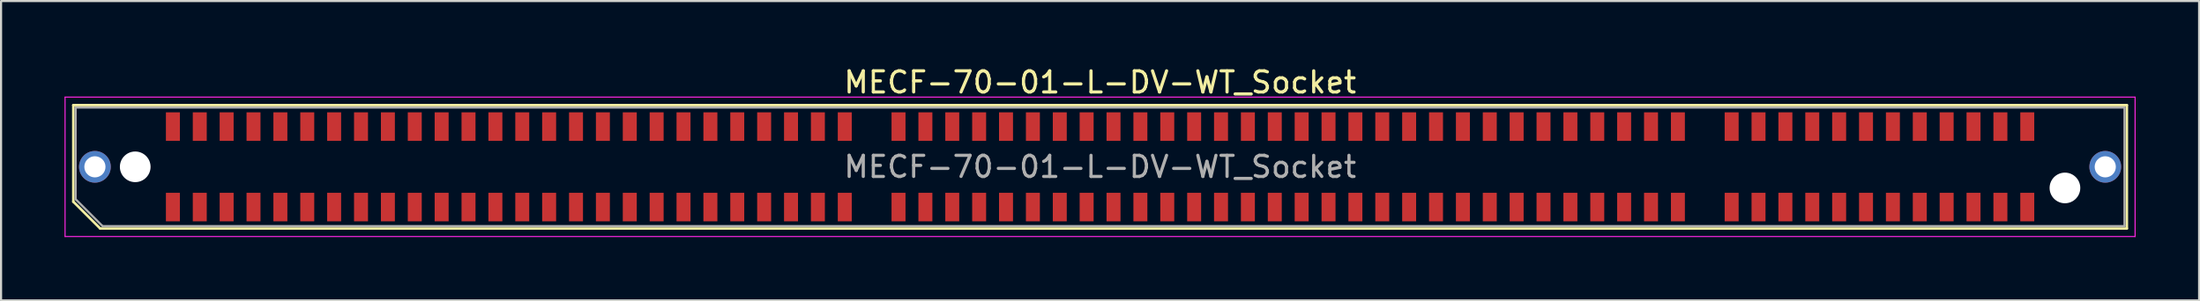
<source format=kicad_pcb>
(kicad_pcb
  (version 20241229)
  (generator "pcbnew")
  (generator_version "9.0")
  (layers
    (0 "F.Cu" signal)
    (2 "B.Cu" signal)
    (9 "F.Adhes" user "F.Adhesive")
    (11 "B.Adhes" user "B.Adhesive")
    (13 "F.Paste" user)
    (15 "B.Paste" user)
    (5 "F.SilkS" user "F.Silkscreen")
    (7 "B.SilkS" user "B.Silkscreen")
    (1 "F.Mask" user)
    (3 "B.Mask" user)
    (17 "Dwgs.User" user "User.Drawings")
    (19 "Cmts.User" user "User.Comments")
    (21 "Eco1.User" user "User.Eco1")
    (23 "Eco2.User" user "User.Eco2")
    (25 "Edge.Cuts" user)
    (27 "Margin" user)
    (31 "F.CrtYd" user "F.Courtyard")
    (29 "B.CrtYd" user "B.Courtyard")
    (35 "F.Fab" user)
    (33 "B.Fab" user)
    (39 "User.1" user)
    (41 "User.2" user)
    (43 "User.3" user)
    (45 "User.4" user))
  (footprint "MECF-70-01-L-DV-WT_Socket"
    (layer "F.Cu")
    (at 48.935 4.848)
    (property "Reference" "MECF-70-01-L-DV-WT_Socket" (at 0 -4 0) (layer "F.SilkS") (effects (font (size 1 1) (thickness 0.15))))
    (attr smd)
    (fp_line (start -48.52 -2.92) (end 48.52 -2.92) (stroke (width 0.12) (type solid)) (layer "F.SilkS"))
    (fp_line (start -48.52 1.65) (end -48.52 -2.92) (stroke (width 0.12) (type solid)) (layer "F.SilkS"))
    (fp_line (start -47.25 2.92) (end -48.52 1.65) (stroke (width 0.12) (type solid)) (layer "F.SilkS"))
    (fp_line (start -47.25 2.92) (end 48.52 2.92) (stroke (width 0.12) (type solid)) (layer "F.SilkS"))
    (fp_line (start 48.52 2.92) (end 48.52 -2.92) (stroke (width 0.12) (type solid)) (layer "F.SilkS"))
    (fp_line (start -48.91 -3.3) (end -48.91 3.3) (stroke (width 0.05) (type solid)) (layer "F.CrtYd"))
    (fp_line (start -48.91 3.3) (end 48.91 3.3) (stroke (width 0.05) (type solid)) (layer "F.CrtYd"))
    (fp_line (start 48.91 -3.3) (end -48.91 -3.3) (stroke (width 0.05) (type solid)) (layer "F.CrtYd"))
    (fp_line (start 48.91 3.3) (end 48.91 -3.3) (stroke (width 0.05) (type solid)) (layer "F.CrtYd"))
    (fp_line (start -48.41 -2.805) (end 48.41 -2.805) (stroke (width 0.1) (type solid)) (layer "F.Fab"))
    (fp_line (start -48.41 1.535) (end -48.41 -2.805) (stroke (width 0.1) (type solid)) (layer "F.Fab"))
    (fp_line (start -48.41 1.535) (end -47.14 2.805) (stroke (width 0.1) (type solid)) (layer "F.Fab"))
    (fp_line (start -47.14 2.805) (end 48.41 2.805) (stroke (width 0.1) (type solid)) (layer "F.Fab"))
    (fp_line (start 48.41 2.805) (end 48.41 -2.805) (stroke (width 0.1) (type solid)) (layer "F.Fab"))
    (fp_text user "${REFERENCE}" (at 0 0 0) (layer "F.Fab") (effects (font (size 1 1) (thickness 0.15))))
    (pad "" thru_hole circle (at -47.5 0) (size 1.5 1.5) (drill 1) (layers "*.Cu" "*.Mask"))
    (pad "" np_thru_hole circle (at -45.595 0) (size 1.45 1.45) (drill 1.45) (layers "*.Cu" "*.Mask"))
    (pad "" np_thru_hole circle (at 45.595 1) (size 1.45 1.45) (drill 1.45) (layers "*.Cu" "*.Mask"))
    (pad "" thru_hole circle (at 47.5 0) (size 1.5 1.5) (drill 1) (layers "*.Cu" "*.Mask"))
    (pad "1" smd rect (at -43.815 1.905) (size 0.66 1.35) (layers "F.Cu" "F.Mask" "F.Paste"))
    (pad "2" smd rect (at -43.815 -1.905) (size 0.66 1.35) (layers "F.Cu" "F.Mask" "F.Paste"))
    (pad "3" smd rect (at -42.545 1.905) (size 0.66 1.35) (layers "F.Cu" "F.Mask" "F.Paste"))
    (pad "4" smd rect (at -42.545 -1.905) (size 0.66 1.35) (layers "F.Cu" "F.Mask" "F.Paste"))
    (pad "5" smd rect (at -41.275 1.905) (size 0.66 1.35) (layers "F.Cu" "F.Mask" "F.Paste"))
    (pad "6" smd rect (at -41.275 -1.905) (size 0.66 1.35) (layers "F.Cu" "F.Mask" "F.Paste"))
    (pad "7" smd rect (at -40.005 1.905) (size 0.66 1.35) (layers "F.Cu" "F.Mask" "F.Paste"))
    (pad "8" smd rect (at -40.005 -1.905) (size 0.66 1.35) (layers "F.Cu" "F.Mask" "F.Paste"))
    (pad "9" smd rect (at -38.735 1.905) (size 0.66 1.35) (layers "F.Cu" "F.Mask" "F.Paste"))
    (pad "10" smd rect (at -38.735 -1.905) (size 0.66 1.35) (layers "F.Cu" "F.Mask" "F.Paste"))
    (pad "11" smd rect (at -37.465 1.905) (size 0.66 1.35) (layers "F.Cu" "F.Mask" "F.Paste"))
    (pad "12" smd rect (at -37.465 -1.905) (size 0.66 1.35) (layers "F.Cu" "F.Mask" "F.Paste"))
    (pad "13" smd rect (at -36.195 1.905) (size 0.66 1.35) (layers "F.Cu" "F.Mask" "F.Paste"))
    (pad "14" smd rect (at -36.195 -1.905) (size 0.66 1.35) (layers "F.Cu" "F.Mask" "F.Paste"))
    (pad "15" smd rect (at -34.925 1.905) (size 0.66 1.35) (layers "F.Cu" "F.Mask" "F.Paste"))
    (pad "16" smd rect (at -34.925 -1.905) (size 0.66 1.35) (layers "F.Cu" "F.Mask" "F.Paste"))
    (pad "17" smd rect (at -33.655 1.905) (size 0.66 1.35) (layers "F.Cu" "F.Mask" "F.Paste"))
    (pad "18" smd rect (at -33.655 -1.905) (size 0.66 1.35) (layers "F.Cu" "F.Mask" "F.Paste"))
    (pad "19" smd rect (at -32.385 1.905) (size 0.66 1.35) (layers "F.Cu" "F.Mask" "F.Paste"))
    (pad "20" smd rect (at -32.385 -1.905) (size 0.66 1.35) (layers "F.Cu" "F.Mask" "F.Paste"))
    (pad "21" smd rect (at -31.115 1.905) (size 0.66 1.35) (layers "F.Cu" "F.Mask" "F.Paste"))
    (pad "22" smd rect (at -31.115 -1.905) (size 0.66 1.35) (layers "F.Cu" "F.Mask" "F.Paste"))
    (pad "23" smd rect (at -29.845 1.905) (size 0.66 1.35) (layers "F.Cu" "F.Mask" "F.Paste"))
    (pad "24" smd rect (at -29.845 -1.905) (size 0.66 1.35) (layers "F.Cu" "F.Mask" "F.Paste"))
    (pad "25" smd rect (at -28.575 1.905) (size 0.66 1.35) (layers "F.Cu" "F.Mask" "F.Paste"))
    (pad "26" smd rect (at -28.575 -1.905) (size 0.66 1.35) (layers "F.Cu" "F.Mask" "F.Paste"))
    (pad "27" smd rect (at -27.305 1.905) (size 0.66 1.35) (layers "F.Cu" "F.Mask" "F.Paste"))
    (pad "28" smd rect (at -27.305 -1.905) (size 0.66 1.35) (layers "F.Cu" "F.Mask" "F.Paste"))
    (pad "29" smd rect (at -26.035 1.905) (size 0.66 1.35) (layers "F.Cu" "F.Mask" "F.Paste"))
    (pad "30" smd rect (at -26.035 -1.905) (size 0.66 1.35) (layers "F.Cu" "F.Mask" "F.Paste"))
    (pad "31" smd rect (at -24.765 1.905) (size 0.66 1.35) (layers "F.Cu" "F.Mask" "F.Paste"))
    (pad "32" smd rect (at -24.765 -1.905) (size 0.66 1.35) (layers "F.Cu" "F.Mask" "F.Paste"))
    (pad "33" smd rect (at -23.495 1.905) (size 0.66 1.35) (layers "F.Cu" "F.Mask" "F.Paste"))
    (pad "34" smd rect (at -23.495 -1.905) (size 0.66 1.35) (layers "F.Cu" "F.Mask" "F.Paste"))
    (pad "35" smd rect (at -22.225 1.905) (size 0.66 1.35) (layers "F.Cu" "F.Mask" "F.Paste"))
    (pad "36" smd rect (at -22.225 -1.905) (size 0.66 1.35) (layers "F.Cu" "F.Mask" "F.Paste"))
    (pad "37" smd rect (at -20.955 1.905) (size 0.66 1.35) (layers "F.Cu" "F.Mask" "F.Paste"))
    (pad "38" smd rect (at -20.955 -1.905) (size 0.66 1.35) (layers "F.Cu" "F.Mask" "F.Paste"))
    (pad "39" smd rect (at -19.685 1.905) (size 0.66 1.35) (layers "F.Cu" "F.Mask" "F.Paste"))
    (pad "40" smd rect (at -19.685 -1.905) (size 0.66 1.35) (layers "F.Cu" "F.Mask" "F.Paste"))
    (pad "41" smd rect (at -18.415 1.905) (size 0.66 1.35) (layers "F.Cu" "F.Mask" "F.Paste"))
    (pad "42" smd rect (at -18.415 -1.905) (size 0.66 1.35) (layers "F.Cu" "F.Mask" "F.Paste"))
    (pad "43" smd rect (at -17.145 1.905) (size 0.66 1.35) (layers "F.Cu" "F.Mask" "F.Paste"))
    (pad "44" smd rect (at -17.145 -1.905) (size 0.66 1.35) (layers "F.Cu" "F.Mask" "F.Paste"))
    (pad "45" smd rect (at -15.875 1.905) (size 0.66 1.35) (layers "F.Cu" "F.Mask" "F.Paste"))
    (pad "46" smd rect (at -15.875 -1.905) (size 0.66 1.35) (layers "F.Cu" "F.Mask" "F.Paste"))
    (pad "47" smd rect (at -14.605 1.905) (size 0.66 1.35) (layers "F.Cu" "F.Mask" "F.Paste"))
    (pad "48" smd rect (at -14.605 -1.905) (size 0.66 1.35) (layers "F.Cu" "F.Mask" "F.Paste"))
    (pad "49" smd rect (at -13.335 1.905) (size 0.66 1.35) (layers "F.Cu" "F.Mask" "F.Paste"))
    (pad "50" smd rect (at -13.335 -1.905) (size 0.66 1.35) (layers "F.Cu" "F.Mask" "F.Paste"))
    (pad "51" smd rect (at -12.065 1.905) (size 0.66 1.35) (layers "F.Cu" "F.Mask" "F.Paste"))
    (pad "52" smd rect (at -12.065 -1.905) (size 0.66 1.35) (layers "F.Cu" "F.Mask" "F.Paste"))
    (pad "55" smd rect (at -9.525 1.905) (size 0.66 1.35) (layers "F.Cu" "F.Mask" "F.Paste"))
    (pad "56" smd rect (at -9.525 -1.905) (size 0.66 1.35) (layers "F.Cu" "F.Mask" "F.Paste"))
    (pad "57" smd rect (at -8.255 1.905) (size 0.66 1.35) (layers "F.Cu" "F.Mask" "F.Paste"))
    (pad "58" smd rect (at -8.255 -1.905) (size 0.66 1.35) (layers "F.Cu" "F.Mask" "F.Paste"))
    (pad "59" smd rect (at -6.985 1.905) (size 0.66 1.35) (layers "F.Cu" "F.Mask" "F.Paste"))
    (pad "60" smd rect (at -6.985 -1.905) (size 0.66 1.35) (layers "F.Cu" "F.Mask" "F.Paste"))
    (pad "61" smd rect (at -5.715 1.905) (size 0.66 1.35) (layers "F.Cu" "F.Mask" "F.Paste"))
    (pad "62" smd rect (at -5.715 -1.905) (size 0.66 1.35) (layers "F.Cu" "F.Mask" "F.Paste"))
    (pad "63" smd rect (at -4.445 1.905) (size 0.66 1.35) (layers "F.Cu" "F.Mask" "F.Paste"))
    (pad "64" smd rect (at -4.445 -1.905) (size 0.66 1.35) (layers "F.Cu" "F.Mask" "F.Paste"))
    (pad "65" smd rect (at -3.175 1.905) (size 0.66 1.35) (layers "F.Cu" "F.Mask" "F.Paste"))
    (pad "66" smd rect (at -3.175 -1.905) (size 0.66 1.35) (layers "F.Cu" "F.Mask" "F.Paste"))
    (pad "67" smd rect (at -1.905 1.905) (size 0.66 1.35) (layers "F.Cu" "F.Mask" "F.Paste"))
    (pad "68" smd rect (at -1.905 -1.905) (size 0.66 1.35) (layers "F.Cu" "F.Mask" "F.Paste"))
    (pad "69" smd rect (at -0.635 1.905) (size 0.66 1.35) (layers "F.Cu" "F.Mask" "F.Paste"))
    (pad "70" smd rect (at -0.635 -1.905) (size 0.66 1.35) (layers "F.Cu" "F.Mask" "F.Paste"))
    (pad "71" smd rect (at 0.635 1.905) (size 0.66 1.35) (layers "F.Cu" "F.Mask" "F.Paste"))
    (pad "72" smd rect (at 0.635 -1.905) (size 0.66 1.35) (layers "F.Cu" "F.Mask" "F.Paste"))
    (pad "73" smd rect (at 1.905 1.905) (size 0.66 1.35) (layers "F.Cu" "F.Mask" "F.Paste"))
    (pad "74" smd rect (at 1.905 -1.905) (size 0.66 1.35) (layers "F.Cu" "F.Mask" "F.Paste"))
    (pad "75" smd rect (at 3.175 1.905) (size 0.66 1.35) (layers "F.Cu" "F.Mask" "F.Paste"))
    (pad "76" smd rect (at 3.175 -1.905) (size 0.66 1.35) (layers "F.Cu" "F.Mask" "F.Paste"))
    (pad "77" smd rect (at 4.445 1.905) (size 0.66 1.35) (layers "F.Cu" "F.Mask" "F.Paste"))
    (pad "78" smd rect (at 4.445 -1.905) (size 0.66 1.35) (layers "F.Cu" "F.Mask" "F.Paste"))
    (pad "79" smd rect (at 5.715 1.905) (size 0.66 1.35) (layers "F.Cu" "F.Mask" "F.Paste"))
    (pad "80" smd rect (at 5.715 -1.905) (size 0.66 1.35) (layers "F.Cu" "F.Mask" "F.Paste"))
    (pad "81" smd rect (at 6.985 1.905) (size 0.66 1.35) (layers "F.Cu" "F.Mask" "F.Paste"))
    (pad "82" smd rect (at 6.985 -1.905) (size 0.66 1.35) (layers "F.Cu" "F.Mask" "F.Paste"))
    (pad "83" smd rect (at 8.255 1.905) (size 0.66 1.35) (layers "F.Cu" "F.Mask" "F.Paste"))
    (pad "84" smd rect (at 8.255 -1.905) (size 0.66 1.35) (layers "F.Cu" "F.Mask" "F.Paste"))
    (pad "85" smd rect (at 9.525 1.905) (size 0.66 1.35) (layers "F.Cu" "F.Mask" "F.Paste"))
    (pad "86" smd rect (at 9.525 -1.905) (size 0.66 1.35) (layers "F.Cu" "F.Mask" "F.Paste"))
    (pad "87" smd rect (at 10.795 1.905) (size 0.66 1.35) (layers "F.Cu" "F.Mask" "F.Paste"))
    (pad "88" smd rect (at 10.795 -1.905) (size 0.66 1.35) (layers "F.Cu" "F.Mask" "F.Paste"))
    (pad "89" smd rect (at 12.065 1.905) (size 0.66 1.35) (layers "F.Cu" "F.Mask" "F.Paste"))
    (pad "90" smd rect (at 12.065 -1.905) (size 0.66 1.35) (layers "F.Cu" "F.Mask" "F.Paste"))
    (pad "91" smd rect (at 13.335 1.905) (size 0.66 1.35) (layers "F.Cu" "F.Mask" "F.Paste"))
    (pad "92" smd rect (at 13.335 -1.905) (size 0.66 1.35) (layers "F.Cu" "F.Mask" "F.Paste"))
    (pad "93" smd rect (at 14.605 1.905) (size 0.66 1.35) (layers "F.Cu" "F.Mask" "F.Paste"))
    (pad "94" smd rect (at 14.605 -1.905) (size 0.66 1.35) (layers "F.Cu" "F.Mask" "F.Paste"))
    (pad "95" smd rect (at 15.875 1.905) (size 0.66 1.35) (layers "F.Cu" "F.Mask" "F.Paste"))
    (pad "96" smd rect (at 15.875 -1.905) (size 0.66 1.35) (layers "F.Cu" "F.Mask" "F.Paste"))
    (pad "97" smd rect (at 17.145 1.905) (size 0.66 1.35) (layers "F.Cu" "F.Mask" "F.Paste"))
    (pad "98" smd rect (at 17.145 -1.905) (size 0.66 1.35) (layers "F.Cu" "F.Mask" "F.Paste"))
    (pad "99" smd rect (at 18.415 1.905) (size 0.66 1.35) (layers "F.Cu" "F.Mask" "F.Paste"))
    (pad "100" smd rect (at 18.415 -1.905) (size 0.66 1.35) (layers "F.Cu" "F.Mask" "F.Paste"))
    (pad "101" smd rect (at 19.685 1.905) (size 0.66 1.35) (layers "F.Cu" "F.Mask" "F.Paste"))
    (pad "102" smd rect (at 19.685 -1.905) (size 0.66 1.35) (layers "F.Cu" "F.Mask" "F.Paste"))
    (pad "103" smd rect (at 20.955 1.905) (size 0.66 1.35) (layers "F.Cu" "F.Mask" "F.Paste"))
    (pad "104" smd rect (at 20.955 -1.905) (size 0.66 1.35) (layers "F.Cu" "F.Mask" "F.Paste"))
    (pad "105" smd rect (at 22.225 1.905) (size 0.66 1.35) (layers "F.Cu" "F.Mask" "F.Paste"))
    (pad "106" smd rect (at 22.225 -1.905) (size 0.66 1.35) (layers "F.Cu" "F.Mask" "F.Paste"))
    (pad "107" smd rect (at 23.495 1.905) (size 0.66 1.35) (layers "F.Cu" "F.Mask" "F.Paste"))
    (pad "108" smd rect (at 23.495 -1.905) (size 0.66 1.35) (layers "F.Cu" "F.Mask" "F.Paste"))
    (pad "109" smd rect (at 24.765 1.905) (size 0.66 1.35) (layers "F.Cu" "F.Mask" "F.Paste"))
    (pad "110" smd rect (at 24.765 -1.905) (size 0.66 1.35) (layers "F.Cu" "F.Mask" "F.Paste"))
    (pad "111" smd rect (at 26.035 1.905) (size 0.66 1.35) (layers "F.Cu" "F.Mask" "F.Paste"))
    (pad "112" smd rect (at 26.035 -1.905) (size 0.66 1.35) (layers "F.Cu" "F.Mask" "F.Paste"))
    (pad "113" smd rect (at 27.305 1.905) (size 0.66 1.35) (layers "F.Cu" "F.Mask" "F.Paste"))
    (pad "114" smd rect (at 27.305 -1.905) (size 0.66 1.35) (layers "F.Cu" "F.Mask" "F.Paste"))
    (pad "117" smd rect (at 29.845 1.905) (size 0.66 1.35) (layers "F.Cu" "F.Mask" "F.Paste"))
    (pad "118" smd rect (at 29.845 -1.905) (size 0.66 1.35) (layers "F.Cu" "F.Mask" "F.Paste"))
    (pad "119" smd rect (at 31.115 1.905) (size 0.66 1.35) (layers "F.Cu" "F.Mask" "F.Paste"))
    (pad "120" smd rect (at 31.115 -1.905) (size 0.66 1.35) (layers "F.Cu" "F.Mask" "F.Paste"))
    (pad "121" smd rect (at 32.385 1.905) (size 0.66 1.35) (layers "F.Cu" "F.Mask" "F.Paste"))
    (pad "122" smd rect (at 32.385 -1.905) (size 0.66 1.35) (layers "F.Cu" "F.Mask" "F.Paste"))
    (pad "123" smd rect (at 33.655 1.905) (size 0.66 1.35) (layers "F.Cu" "F.Mask" "F.Paste"))
    (pad "124" smd rect (at 33.655 -1.905) (size 0.66 1.35) (layers "F.Cu" "F.Mask" "F.Paste"))
    (pad "125" smd rect (at 34.925 1.905) (size 0.66 1.35) (layers "F.Cu" "F.Mask" "F.Paste"))
    (pad "126" smd rect (at 34.925 -1.905) (size 0.66 1.35) (layers "F.Cu" "F.Mask" "F.Paste"))
    (pad "127" smd rect (at 36.195 1.905) (size 0.66 1.35) (layers "F.Cu" "F.Mask" "F.Paste"))
    (pad "128" smd rect (at 36.195 -1.905) (size 0.66 1.35) (layers "F.Cu" "F.Mask" "F.Paste"))
    (pad "129" smd rect (at 37.465 1.905) (size 0.66 1.35) (layers "F.Cu" "F.Mask" "F.Paste"))
    (pad "130" smd rect (at 37.465 -1.905) (size 0.66 1.35) (layers "F.Cu" "F.Mask" "F.Paste"))
    (pad "131" smd rect (at 38.735 1.905) (size 0.66 1.35) (layers "F.Cu" "F.Mask" "F.Paste"))
    (pad "132" smd rect (at 38.735 -1.905) (size 0.66 1.35) (layers "F.Cu" "F.Mask" "F.Paste"))
    (pad "133" smd rect (at 40.005 1.905) (size 0.66 1.35) (layers "F.Cu" "F.Mask" "F.Paste"))
    (pad "134" smd rect (at 40.005 -1.905) (size 0.66 1.35) (layers "F.Cu" "F.Mask" "F.Paste"))
    (pad "135" smd rect (at 41.275 1.905) (size 0.66 1.35) (layers "F.Cu" "F.Mask" "F.Paste"))
    (pad "136" smd rect (at 41.275 -1.905) (size 0.66 1.35) (layers "F.Cu" "F.Mask" "F.Paste"))
    (pad "137" smd rect (at 42.545 1.905) (size 0.66 1.35) (layers "F.Cu" "F.Mask" "F.Paste"))
    (pad "138" smd rect (at 42.545 -1.905) (size 0.66 1.35) (layers "F.Cu" "F.Mask" "F.Paste"))
    (pad "139" smd rect (at 43.815 1.905) (size 0.66 1.35) (layers "F.Cu" "F.Mask" "F.Paste"))
    (pad "140" smd rect (at 43.815 -1.905) (size 0.66 1.35) (layers "F.Cu" "F.Mask" "F.Paste")))
  (gr_rect
    (start -3 -3)
    (end 100.87 11.173)
    (stroke (width 0.1) (type default))
    (fill no)
    (layer "Edge.Cuts")))
</source>
